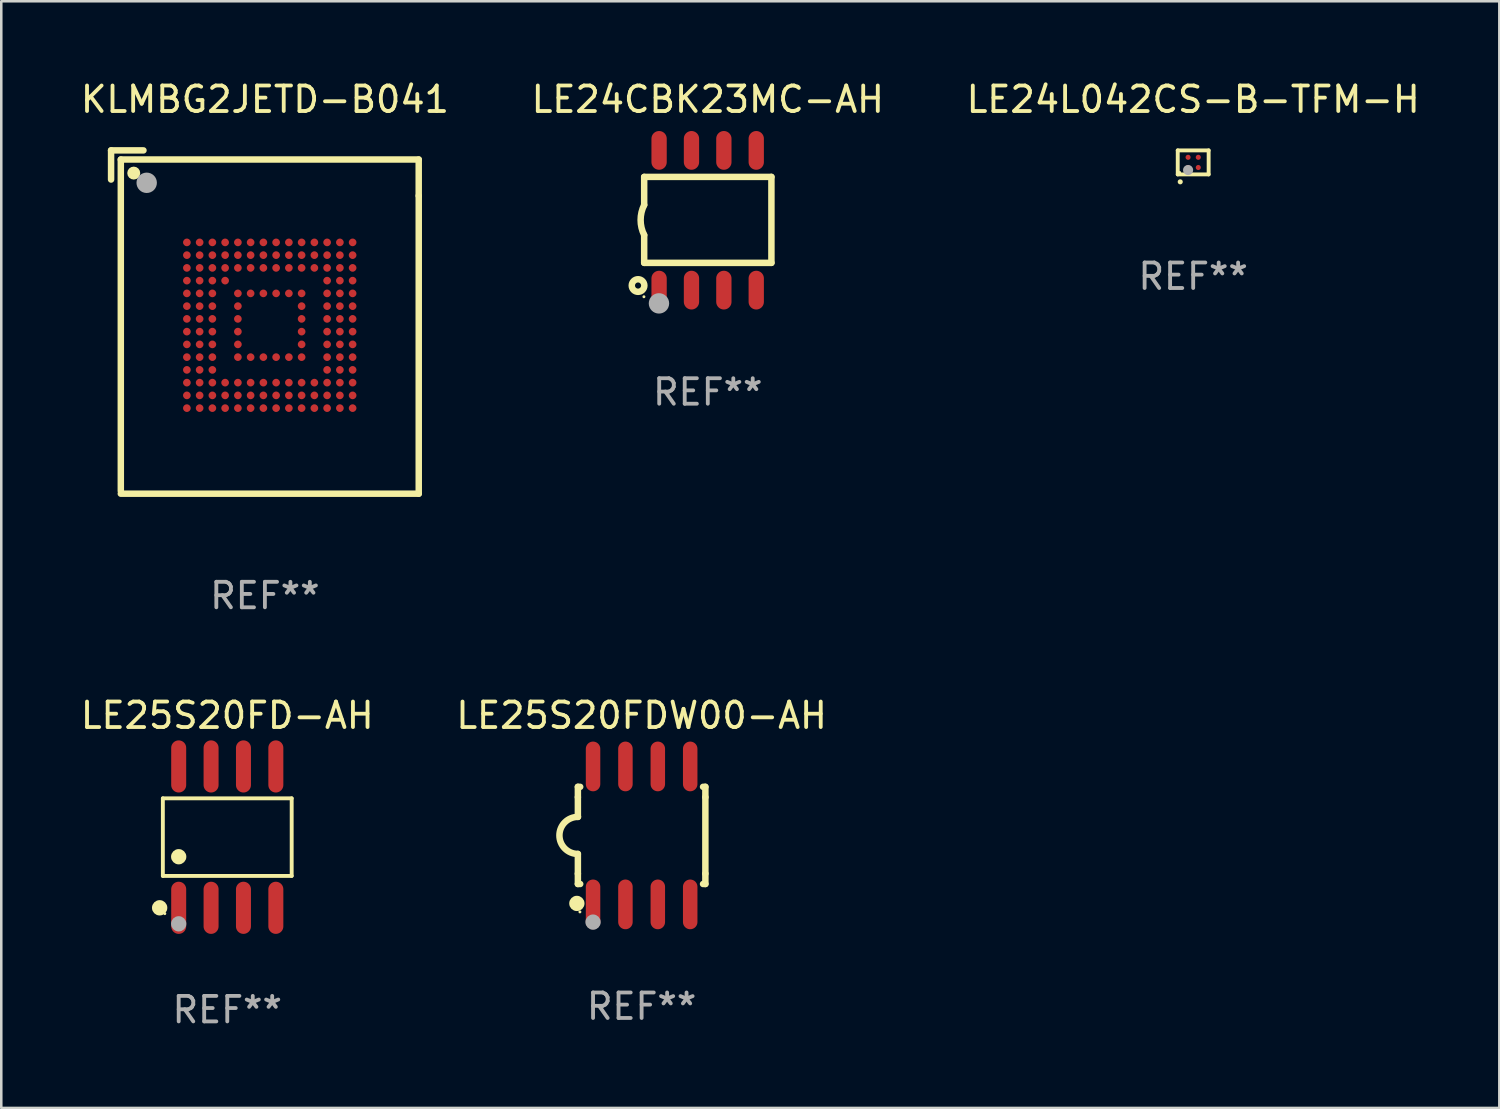
<source format=kicad_pcb>
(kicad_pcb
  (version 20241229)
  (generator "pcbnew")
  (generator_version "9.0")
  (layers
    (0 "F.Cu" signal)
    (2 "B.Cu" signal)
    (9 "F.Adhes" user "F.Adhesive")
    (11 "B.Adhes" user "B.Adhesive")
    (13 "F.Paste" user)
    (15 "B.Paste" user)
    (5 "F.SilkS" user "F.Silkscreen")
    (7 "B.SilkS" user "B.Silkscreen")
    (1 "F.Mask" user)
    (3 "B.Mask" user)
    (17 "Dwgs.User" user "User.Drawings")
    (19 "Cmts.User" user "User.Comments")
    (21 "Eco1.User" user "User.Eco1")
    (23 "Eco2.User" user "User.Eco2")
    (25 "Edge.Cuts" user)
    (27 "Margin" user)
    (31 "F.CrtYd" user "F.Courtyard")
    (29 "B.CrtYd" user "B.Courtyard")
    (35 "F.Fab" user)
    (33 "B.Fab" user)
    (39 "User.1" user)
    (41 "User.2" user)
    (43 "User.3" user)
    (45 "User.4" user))
  (footprint "LE24CBK23MC-AH"
    (layer "F.Cu")
    (at 24.708 5.588)
    (property "Reference" "LE24CBK23MC-AH" (at 0 -4.74 0) (layer "F.SilkS") (effects (font (size 1 1) (thickness 0.15))))
    (attr through_hole)
    (fp_line (start -2.495 -1.7) (end 2.495 -1.7) (stroke (width 0.254) (type solid)) (layer "F.SilkS"))
    (fp_line (start -2.495 -0.6) (end -2.495 -1.7) (stroke (width 0.254) (type solid)) (layer "F.SilkS"))
    (fp_line (start -2.495 1.671) (end -2.495 0.58) (stroke (width 0.254) (type solid)) (layer "F.SilkS"))
    (fp_line (start 2.495 -1.7) (end 2.495 1.671) (stroke (width 0.254) (type solid)) (layer "F.SilkS"))
    (fp_line (start 2.495 1.671) (end -2.495 1.671) (stroke (width 0.254) (type solid)) (layer "F.SilkS"))
    (fp_arc (start -2.495009 0.58001) (mid -2.634112 -0.009995) (end -2.495009 -0.6) (stroke (width 0.254001) (type solid)) (layer "F.SilkS"))
    (fp_circle (center -2.735 2.56) (end -2.615 2.56) (stroke (width 0.254) (type solid)) (fill no) (layer "F.SilkS"))
    (fp_circle (center -2.505 3) (end -2.475 3) (stroke (width 0.06) (type solid)) (fill no) (layer "F.SilkS"))
    (fp_circle (center -1.915 3.26) (end -1.715 3.26) (stroke (width 0.4) (type solid)) (fill no) (layer "F.Fab"))
    (fp_text user "REF**" (at 0 6.74 0) (layer "F.Fab") (effects (font (size 1 1) (thickness 0.15))))
    (pad "1" smd oval (at -1.91 2.74) (size 0.6 1.52) (layers "F.Cu" "F.Mask" "F.Paste"))
    (pad "2" smd oval (at -0.64 2.74) (size 0.6 1.52) (layers "F.Cu" "F.Mask" "F.Paste"))
    (pad "3" smd oval (at 0.63 2.74) (size 0.6 1.52) (layers "F.Cu" "F.Mask" "F.Paste"))
    (pad "4" smd oval (at 1.9 2.74) (size 0.6 1.52) (layers "F.Cu" "F.Mask" "F.Paste"))
    (pad "5" smd oval (at 1.9 -2.74) (size 0.6 1.52) (layers "F.Cu" "F.Mask" "F.Paste"))
    (pad "6" smd oval (at 0.63 -2.74) (size 0.6 1.52) (layers "F.Cu" "F.Mask" "F.Paste"))
    (pad "7" smd oval (at -0.64 -2.74) (size 0.6 1.52) (layers "F.Cu" "F.Mask" "F.Paste"))
    (pad "8" smd oval (at -1.91 -2.74) (size 0.6 1.52) (layers "F.Cu" "F.Mask" "F.Paste")))
  (footprint "KLMBG2JETD-B041"
    (layer "F.Cu")
    (at 7.339 9.58)
    (property "Reference" "KLMBG2JETD-B041" (at 0 -8.732 0) (layer "F.SilkS") (effects (font (size 1 1) (thickness 0.15))))
    (attr through_hole)
    (fp_line (start -6.033 -6.732) (end -6.033 -5.589) (stroke (width 0.254) (type solid)) (layer "F.SilkS"))
    (fp_line (start -5.651 -6.374) (end 6.032 -6.374) (stroke (width 0.254) (type solid)) (layer "F.SilkS"))
    (fp_line (start -5.651 6.626) (end -5.651 -6.374) (stroke (width 0.254) (type solid)) (layer "F.SilkS"))
    (fp_line (start -5.651 6.732) (end 6.033 6.732) (stroke (width 0.254) (type solid)) (layer "F.SilkS"))
    (fp_line (start -4.763 -6.732) (end -6.033 -6.732) (stroke (width 0.254) (type solid)) (layer "F.SilkS"))
    (fp_line (start 6.032 -6.374) (end 6.032 -4.952) (stroke (width 0.254) (type solid)) (layer "F.SilkS"))
    (fp_line (start 6.033 6.732) (end 6.033 -4.952) (stroke (width 0.254) (type solid)) (layer "F.SilkS"))
    (fp_circle (center -5.56 -6.374) (end -5.53 -6.374) (stroke (width 0.06) (type solid)) (fill no) (layer "F.SilkS"))
    (fp_circle (center -5.144 -5.842) (end -5.017 -5.842) (stroke (width 0.254) (type solid)) (fill no) (layer "F.SilkS"))
    (fp_circle (center -4.636 -5.461) (end -4.436 -5.461) (stroke (width 0.4) (type solid)) (fill no) (layer "F.Fab"))
    (fp_text user "REF**" (at 0 10.732 0) (layer "F.Fab") (effects (font (size 1 1) (thickness 0.15))))
    (pad "A1" smd circle (at -3.06 -3.124) (size 0.3 0.3) (layers "F.Cu" "F.Mask" "F.Paste"))
    (pad "A2" smd circle (at -2.56 -3.124) (size 0.3 0.3) (layers "F.Cu" "F.Mask" "F.Paste"))
    (pad "A3" smd circle (at -2.06 -3.124) (size 0.3 0.3) (layers "F.Cu" "F.Mask" "F.Paste"))
    (pad "A4" smd circle (at -1.56 -3.124) (size 0.3 0.3) (layers "F.Cu" "F.Mask" "F.Paste"))
    (pad "A5" smd circle (at -1.06 -3.124) (size 0.3 0.3) (layers "F.Cu" "F.Mask" "F.Paste"))
    (pad "A6" smd circle (at -0.56 -3.124) (size 0.3 0.3) (layers "F.Cu" "F.Mask" "F.Paste"))
    (pad "A7" smd circle (at -0.06 -3.124) (size 0.3 0.3) (layers "F.Cu" "F.Mask" "F.Paste"))
    (pad "A8" smd circle (at 0.44 -3.124) (size 0.3 0.3) (layers "F.Cu" "F.Mask" "F.Paste"))
    (pad "A9" smd circle (at 0.94 -3.124) (size 0.3 0.3) (layers "F.Cu" "F.Mask" "F.Paste"))
    (pad "A10" smd circle (at 1.44 -3.124) (size 0.3 0.3) (layers "F.Cu" "F.Mask" "F.Paste"))
    (pad "A11" smd circle (at 1.94 -3.124) (size 0.3 0.3) (layers "F.Cu" "F.Mask" "F.Paste"))
    (pad "A12" smd circle (at 2.44 -3.124) (size 0.3 0.3) (layers "F.Cu" "F.Mask" "F.Paste"))
    (pad "A13" smd circle (at 2.94 -3.124) (size 0.3 0.3) (layers "F.Cu" "F.Mask" "F.Paste"))
    (pad "A14" smd circle (at 3.44 -3.124) (size 0.3 0.3) (layers "F.Cu" "F.Mask" "F.Paste"))
    (pad "B1" smd circle (at -3.06 -2.624) (size 0.3 0.3) (layers "F.Cu" "F.Mask" "F.Paste"))
    (pad "B2" smd circle (at -2.56 -2.624) (size 0.3 0.3) (layers "F.Cu" "F.Mask" "F.Paste"))
    (pad "B3" smd circle (at -2.06 -2.624) (size 0.3 0.3) (layers "F.Cu" "F.Mask" "F.Paste"))
    (pad "B4" smd circle (at -1.56 -2.624) (size 0.3 0.3) (layers "F.Cu" "F.Mask" "F.Paste"))
    (pad "B5" smd circle (at -1.06 -2.624) (size 0.3 0.3) (layers "F.Cu" "F.Mask" "F.Paste"))
    (pad "B6" smd circle (at -0.56 -2.624) (size 0.3 0.3) (layers "F.Cu" "F.Mask" "F.Paste"))
    (pad "B7" smd circle (at -0.06 -2.624) (size 0.3 0.3) (layers "F.Cu" "F.Mask" "F.Paste"))
    (pad "B8" smd circle (at 0.44 -2.624) (size 0.3 0.3) (layers "F.Cu" "F.Mask" "F.Paste"))
    (pad "B9" smd circle (at 0.94 -2.624) (size 0.3 0.3) (layers "F.Cu" "F.Mask" "F.Paste"))
    (pad "B10" smd circle (at 1.44 -2.624) (size 0.3 0.3) (layers "F.Cu" "F.Mask" "F.Paste"))
    (pad "B11" smd circle (at 1.94 -2.624) (size 0.3 0.3) (layers "F.Cu" "F.Mask" "F.Paste"))
    (pad "B12" smd circle (at 2.44 -2.624) (size 0.3 0.3) (layers "F.Cu" "F.Mask" "F.Paste"))
    (pad "B13" smd circle (at 2.94 -2.624) (size 0.3 0.3) (layers "F.Cu" "F.Mask" "F.Paste"))
    (pad "B14" smd circle (at 3.44 -2.624) (size 0.3 0.3) (layers "F.Cu" "F.Mask" "F.Paste"))
    (pad "C1" smd circle (at -3.06 -2.124) (size 0.3 0.3) (layers "F.Cu" "F.Mask" "F.Paste"))
    (pad "C2" smd circle (at -2.56 -2.124) (size 0.3 0.3) (layers "F.Cu" "F.Mask" "F.Paste"))
    (pad "C3" smd circle (at -2.06 -2.124) (size 0.3 0.3) (layers "F.Cu" "F.Mask" "F.Paste"))
    (pad "C4" smd circle (at -1.56 -2.124) (size 0.3 0.3) (layers "F.Cu" "F.Mask" "F.Paste"))
    (pad "C5" smd circle (at -1.06 -2.124) (size 0.3 0.3) (layers "F.Cu" "F.Mask" "F.Paste"))
    (pad "C6" smd circle (at -0.56 -2.124) (size 0.3 0.3) (layers "F.Cu" "F.Mask" "F.Paste"))
    (pad "C7" smd circle (at -0.06 -2.124) (size 0.3 0.3) (layers "F.Cu" "F.Mask" "F.Paste"))
    (pad "C8" smd circle (at 0.44 -2.124) (size 0.3 0.3) (layers "F.Cu" "F.Mask" "F.Paste"))
    (pad "C9" smd circle (at 0.94 -2.124) (size 0.3 0.3) (layers "F.Cu" "F.Mask" "F.Paste"))
    (pad "C10" smd circle (at 1.44 -2.124) (size 0.3 0.3) (layers "F.Cu" "F.Mask" "F.Paste"))
    (pad "C11" smd circle (at 1.94 -2.124) (size 0.3 0.3) (layers "F.Cu" "F.Mask" "F.Paste"))
    (pad "C12" smd circle (at 2.44 -2.124) (size 0.3 0.3) (layers "F.Cu" "F.Mask" "F.Paste"))
    (pad "C13" smd circle (at 2.94 -2.124) (size 0.3 0.3) (layers "F.Cu" "F.Mask" "F.Paste"))
    (pad "C14" smd circle (at 3.44 -2.124) (size 0.3 0.3) (layers "F.Cu" "F.Mask" "F.Paste"))
    (pad "D1" smd circle (at -3.06 -1.624) (size 0.3 0.3) (layers "F.Cu" "F.Mask" "F.Paste"))
    (pad "D2" smd circle (at -2.56 -1.624) (size 0.3 0.3) (layers "F.Cu" "F.Mask" "F.Paste"))
    (pad "D3" smd circle (at -2.06 -1.624) (size 0.3 0.3) (layers "F.Cu" "F.Mask" "F.Paste"))
    (pad "D4" smd circle (at -1.56 -1.624) (size 0.3 0.3) (layers "F.Cu" "F.Mask" "F.Paste"))
    (pad "D12" smd circle (at 2.44 -1.624) (size 0.3 0.3) (layers "F.Cu" "F.Mask" "F.Paste"))
    (pad "D13" smd circle (at 2.94 -1.624) (size 0.3 0.3) (layers "F.Cu" "F.Mask" "F.Paste"))
    (pad "D14" smd circle (at 3.44 -1.624) (size 0.3 0.3) (layers "F.Cu" "F.Mask" "F.Paste"))
    (pad "E1" smd circle (at -3.06 -1.124) (size 0.3 0.3) (layers "F.Cu" "F.Mask" "F.Paste"))
    (pad "E2" smd circle (at -2.56 -1.124) (size 0.3 0.3) (layers "F.Cu" "F.Mask" "F.Paste"))
    (pad "E3" smd circle (at -2.06 -1.124) (size 0.3 0.3) (layers "F.Cu" "F.Mask" "F.Paste"))
    (pad "E5" smd circle (at -1.06 -1.124) (size 0.3 0.3) (layers "F.Cu" "F.Mask" "F.Paste"))
    (pad "E6" smd circle (at -0.56 -1.124) (size 0.3 0.3) (layers "F.Cu" "F.Mask" "F.Paste"))
    (pad "E7" smd circle (at -0.06 -1.124) (size 0.3 0.3) (layers "F.Cu" "F.Mask" "F.Paste"))
    (pad "E8" smd circle (at 0.44 -1.124) (size 0.3 0.3) (layers "F.Cu" "F.Mask" "F.Paste"))
    (pad "E9" smd circle (at 0.94 -1.124) (size 0.3 0.3) (layers "F.Cu" "F.Mask" "F.Paste"))
    (pad "E10" smd circle (at 1.44 -1.124) (size 0.3 0.3) (layers "F.Cu" "F.Mask" "F.Paste"))
    (pad "E12" smd circle (at 2.44 -1.124) (size 0.3 0.3) (layers "F.Cu" "F.Mask" "F.Paste"))
    (pad "E13" smd circle (at 2.94 -1.124) (size 0.3 0.3) (layers "F.Cu" "F.Mask" "F.Paste"))
    (pad "E14" smd circle (at 3.44 -1.124) (size 0.3 0.3) (layers "F.Cu" "F.Mask" "F.Paste"))
    (pad "F1" smd circle (at -3.06 -0.624) (size 0.3 0.3) (layers "F.Cu" "F.Mask" "F.Paste"))
    (pad "F2" smd circle (at -2.56 -0.624) (size 0.3 0.3) (layers "F.Cu" "F.Mask" "F.Paste"))
    (pad "F3" smd circle (at -2.06 -0.624) (size 0.3 0.3) (layers "F.Cu" "F.Mask" "F.Paste"))
    (pad "F5" smd circle (at -1.06 -0.624) (size 0.3 0.3) (layers "F.Cu" "F.Mask" "F.Paste"))
    (pad "F10" smd circle (at 1.44 -0.624) (size 0.3 0.3) (layers "F.Cu" "F.Mask" "F.Paste"))
    (pad "F12" smd circle (at 2.44 -0.624) (size 0.3 0.3) (layers "F.Cu" "F.Mask" "F.Paste"))
    (pad "F13" smd circle (at 2.94 -0.624) (size 0.3 0.3) (layers "F.Cu" "F.Mask" "F.Paste"))
    (pad "F14" smd circle (at 3.44 -0.624) (size 0.3 0.3) (layers "F.Cu" "F.Mask" "F.Paste"))
    (pad "G1" smd circle (at -3.06 -0.124) (size 0.3 0.3) (layers "F.Cu" "F.Mask" "F.Paste"))
    (pad "G2" smd circle (at -2.56 -0.124) (size 0.3 0.3) (layers "F.Cu" "F.Mask" "F.Paste"))
    (pad "G3" smd circle (at -2.06 -0.124) (size 0.3 0.3) (layers "F.Cu" "F.Mask" "F.Paste"))
    (pad "G5" smd circle (at -1.06 -0.124) (size 0.3 0.3) (layers "F.Cu" "F.Mask" "F.Paste"))
    (pad "G10" smd circle (at 1.44 -0.124) (size 0.3 0.3) (layers "F.Cu" "F.Mask" "F.Paste"))
    (pad "G12" smd circle (at 2.44 -0.124) (size 0.3 0.3) (layers "F.Cu" "F.Mask" "F.Paste"))
    (pad "G13" smd circle (at 2.94 -0.124) (size 0.3 0.3) (layers "F.Cu" "F.Mask" "F.Paste"))
    (pad "G14" smd circle (at 3.44 -0.124) (size 0.3 0.3) (layers "F.Cu" "F.Mask" "F.Paste"))
    (pad "H1" smd circle (at -3.06 0.376) (size 0.3 0.3) (layers "F.Cu" "F.Mask" "F.Paste"))
    (pad "H2" smd circle (at -2.56 0.376) (size 0.3 0.3) (layers "F.Cu" "F.Mask" "F.Paste"))
    (pad "H3" smd circle (at -2.06 0.376) (size 0.3 0.3) (layers "F.Cu" "F.Mask" "F.Paste"))
    (pad "H5" smd circle (at -1.06 0.376) (size 0.3 0.3) (layers "F.Cu" "F.Mask" "F.Paste"))
    (pad "H10" smd circle (at 1.44 0.376) (size 0.3 0.3) (layers "F.Cu" "F.Mask" "F.Paste"))
    (pad "H12" smd circle (at 2.44 0.376) (size 0.3 0.3) (layers "F.Cu" "F.Mask" "F.Paste"))
    (pad "H13" smd circle (at 2.94 0.376) (size 0.3 0.3) (layers "F.Cu" "F.Mask" "F.Paste"))
    (pad "H14" smd circle (at 3.44 0.376) (size 0.3 0.3) (layers "F.Cu" "F.Mask" "F.Paste"))
    (pad "J1" smd circle (at -3.06 0.876) (size 0.3 0.3) (layers "F.Cu" "F.Mask" "F.Paste"))
    (pad "J2" smd circle (at -2.56 0.876) (size 0.3 0.3) (layers "F.Cu" "F.Mask" "F.Paste"))
    (pad "J3" smd circle (at -2.06 0.876) (size 0.3 0.3) (layers "F.Cu" "F.Mask" "F.Paste"))
    (pad "J5" smd circle (at -1.06 0.876) (size 0.3 0.3) (layers "F.Cu" "F.Mask" "F.Paste"))
    (pad "J10" smd circle (at 1.44 0.876) (size 0.3 0.3) (layers "F.Cu" "F.Mask" "F.Paste"))
    (pad "J12" smd circle (at 2.44 0.876) (size 0.3 0.3) (layers "F.Cu" "F.Mask" "F.Paste"))
    (pad "J13" smd circle (at 2.94 0.876) (size 0.3 0.3) (layers "F.Cu" "F.Mask" "F.Paste"))
    (pad "J14" smd circle (at 3.44 0.876) (size 0.3 0.3) (layers "F.Cu" "F.Mask" "F.Paste"))
    (pad "K1" smd circle (at -3.06 1.376) (size 0.3 0.3) (layers "F.Cu" "F.Mask" "F.Paste"))
    (pad "K2" smd circle (at -2.56 1.376) (size 0.3 0.3) (layers "F.Cu" "F.Mask" "F.Paste"))
    (pad "K3" smd circle (at -2.06 1.376) (size 0.3 0.3) (layers "F.Cu" "F.Mask" "F.Paste"))
    (pad "K5" smd circle (at -1.06 1.376) (size 0.3 0.3) (layers "F.Cu" "F.Mask" "F.Paste"))
    (pad "K6" smd circle (at -0.56 1.376) (size 0.3 0.3) (layers "F.Cu" "F.Mask" "F.Paste"))
    (pad "K7" smd circle (at -0.06 1.376) (size 0.3 0.3) (layers "F.Cu" "F.Mask" "F.Paste"))
    (pad "K8" smd circle (at 0.44 1.376) (size 0.3 0.3) (layers "F.Cu" "F.Mask" "F.Paste"))
    (pad "K9" smd circle (at 0.94 1.376) (size 0.3 0.3) (layers "F.Cu" "F.Mask" "F.Paste"))
    (pad "K10" smd circle (at 1.44 1.376) (size 0.3 0.3) (layers "F.Cu" "F.Mask" "F.Paste"))
    (pad "K12" smd circle (at 2.44 1.376) (size 0.3 0.3) (layers "F.Cu" "F.Mask" "F.Paste"))
    (pad "K13" smd circle (at 2.94 1.376) (size 0.3 0.3) (layers "F.Cu" "F.Mask" "F.Paste"))
    (pad "K14" smd circle (at 3.44 1.376) (size 0.3 0.3) (layers "F.Cu" "F.Mask" "F.Paste"))
    (pad "L1" smd circle (at -3.06 1.876) (size 0.3 0.3) (layers "F.Cu" "F.Mask" "F.Paste"))
    (pad "L2" smd circle (at -2.56 1.876) (size 0.3 0.3) (layers "F.Cu" "F.Mask" "F.Paste"))
    (pad "L3" smd circle (at -2.06 1.876) (size 0.3 0.3) (layers "F.Cu" "F.Mask" "F.Paste"))
    (pad "L12" smd circle (at 2.44 1.876) (size 0.3 0.3) (layers "F.Cu" "F.Mask" "F.Paste"))
    (pad "L13" smd circle (at 2.94 1.876) (size 0.3 0.3) (layers "F.Cu" "F.Mask" "F.Paste"))
    (pad "L14" smd circle (at 3.44 1.876) (size 0.3 0.3) (layers "F.Cu" "F.Mask" "F.Paste"))
    (pad "M1" smd circle (at -3.06 2.376) (size 0.3 0.3) (layers "F.Cu" "F.Mask" "F.Paste"))
    (pad "M2" smd circle (at -2.56 2.376) (size 0.3 0.3) (layers "F.Cu" "F.Mask" "F.Paste"))
    (pad "M3" smd circle (at -2.06 2.376) (size 0.3 0.3) (layers "F.Cu" "F.Mask" "F.Paste"))
    (pad "M4" smd circle (at -1.56 2.376) (size 0.3 0.3) (layers "F.Cu" "F.Mask" "F.Paste"))
    (pad "M5" smd circle (at -1.06 2.376) (size 0.3 0.3) (layers "F.Cu" "F.Mask" "F.Paste"))
    (pad "M6" smd circle (at -0.56 2.376) (size 0.3 0.3) (layers "F.Cu" "F.Mask" "F.Paste"))
    (pad "M7" smd circle (at -0.06 2.376) (size 0.3 0.3) (layers "F.Cu" "F.Mask" "F.Paste"))
    (pad "M8" smd circle (at 0.44 2.376) (size 0.3 0.3) (layers "F.Cu" "F.Mask" "F.Paste"))
    (pad "M9" smd circle (at 0.94 2.376) (size 0.3 0.3) (layers "F.Cu" "F.Mask" "F.Paste"))
    (pad "M10" smd circle (at 1.44 2.376) (size 0.3 0.3) (layers "F.Cu" "F.Mask" "F.Paste"))
    (pad "M11" smd circle (at 1.94 2.376) (size 0.3 0.3) (layers "F.Cu" "F.Mask" "F.Paste"))
    (pad "M12" smd circle (at 2.44 2.376) (size 0.3 0.3) (layers "F.Cu" "F.Mask" "F.Paste"))
    (pad "M13" smd circle (at 2.94 2.376) (size 0.3 0.3) (layers "F.Cu" "F.Mask" "F.Paste"))
    (pad "M14" smd circle (at 3.44 2.376) (size 0.3 0.3) (layers "F.Cu" "F.Mask" "F.Paste"))
    (pad "N1" smd circle (at -3.06 2.876) (size 0.3 0.3) (layers "F.Cu" "F.Mask" "F.Paste"))
    (pad "N2" smd circle (at -2.56 2.876) (size 0.3 0.3) (layers "F.Cu" "F.Mask" "F.Paste"))
    (pad "N3" smd circle (at -2.06 2.876) (size 0.3 0.3) (layers "F.Cu" "F.Mask" "F.Paste"))
    (pad "N4" smd circle (at -1.56 2.876) (size 0.3 0.3) (layers "F.Cu" "F.Mask" "F.Paste"))
    (pad "N5" smd circle (at -1.06 2.876) (size 0.3 0.3) (layers "F.Cu" "F.Mask" "F.Paste"))
    (pad "N6" smd circle (at -0.56 2.876) (size 0.3 0.3) (layers "F.Cu" "F.Mask" "F.Paste"))
    (pad "N7" smd circle (at -0.06 2.876) (size 0.3 0.3) (layers "F.Cu" "F.Mask" "F.Paste"))
    (pad "N8" smd circle (at 0.44 2.876) (size 0.3 0.3) (layers "F.Cu" "F.Mask" "F.Paste"))
    (pad "N9" smd circle (at 0.94 2.876) (size 0.3 0.3) (layers "F.Cu" "F.Mask" "F.Paste"))
    (pad "N10" smd circle (at 1.44 2.876) (size 0.3 0.3) (layers "F.Cu" "F.Mask" "F.Paste"))
    (pad "N11" smd circle (at 1.94 2.876) (size 0.3 0.3) (layers "F.Cu" "F.Mask" "F.Paste"))
    (pad "N12" smd circle (at 2.44 2.876) (size 0.3 0.3) (layers "F.Cu" "F.Mask" "F.Paste"))
    (pad "N13" smd circle (at 2.94 2.876) (size 0.3 0.3) (layers "F.Cu" "F.Mask" "F.Paste"))
    (pad "N14" smd circle (at 3.44 2.876) (size 0.3 0.3) (layers "F.Cu" "F.Mask" "F.Paste"))
    (pad "P1" smd circle (at -3.06 3.376) (size 0.3 0.3) (layers "F.Cu" "F.Mask" "F.Paste"))
    (pad "P2" smd circle (at -2.56 3.376) (size 0.3 0.3) (layers "F.Cu" "F.Mask" "F.Paste"))
    (pad "P3" smd circle (at -2.06 3.376) (size 0.3 0.3) (layers "F.Cu" "F.Mask" "F.Paste"))
    (pad "P4" smd circle (at -1.56 3.376) (size 0.3 0.3) (layers "F.Cu" "F.Mask" "F.Paste"))
    (pad "P5" smd circle (at -1.06 3.376) (size 0.3 0.3) (layers "F.Cu" "F.Mask" "F.Paste"))
    (pad "P6" smd circle (at -0.56 3.376) (size 0.3 0.3) (layers "F.Cu" "F.Mask" "F.Paste"))
    (pad "P7" smd circle (at -0.06 3.376) (size 0.3 0.3) (layers "F.Cu" "F.Mask" "F.Paste"))
    (pad "P8" smd circle (at 0.44 3.376) (size 0.3 0.3) (layers "F.Cu" "F.Mask" "F.Paste"))
    (pad "P9" smd circle (at 0.94 3.376) (size 0.3 0.3) (layers "F.Cu" "F.Mask" "F.Paste"))
    (pad "P10" smd circle (at 1.44 3.376) (size 0.3 0.3) (layers "F.Cu" "F.Mask" "F.Paste"))
    (pad "P11" smd circle (at 1.94 3.376) (size 0.3 0.3) (layers "F.Cu" "F.Mask" "F.Paste"))
    (pad "P12" smd circle (at 2.44 3.376) (size 0.3 0.3) (layers "F.Cu" "F.Mask" "F.Paste"))
    (pad "P13" smd circle (at 2.94 3.376) (size 0.3 0.3) (layers "F.Cu" "F.Mask" "F.Paste"))
    (pad "P14" smd circle (at 3.44 3.376) (size 0.3 0.3) (layers "F.Cu" "F.Mask" "F.Paste")))
  (footprint "LE24L042CS-B-TFM-H"
    (layer "F.Cu")
    (at 43.744 3.319)
    (property "Reference" "LE24L042CS-B-TFM-H" (at 0 -2.471 0) (layer "F.SilkS") (effects (font (size 1 1) (thickness 0.15))))
    (attr through_hole)
    (fp_line (start -0.606 -0.471) (end 0.606 -0.471) (stroke (width 0.152) (type solid)) (layer "F.SilkS"))
    (fp_line (start -0.606 0.471) (end -0.606 -0.471) (stroke (width 0.152) (type solid)) (layer "F.SilkS"))
    (fp_line (start 0.606 -0.471) (end 0.606 0.471) (stroke (width 0.152) (type solid)) (layer "F.SilkS"))
    (fp_line (start 0.606 0.471) (end -0.606 0.471) (stroke (width 0.152) (type solid)) (layer "F.SilkS"))
    (fp_circle (center -0.53 0.395) (end -0.5 0.395) (stroke (width 0.06) (type solid)) (fill no) (layer "F.SilkS"))
    (fp_circle (center -0.508 0.762) (end -0.458 0.762) (stroke (width 0.1) (type solid)) (fill no) (layer "F.SilkS"))
    (fp_circle (center -0.2 0.3) (end -0.1 0.3) (stroke (width 0.2) (type solid)) (fill no) (layer "F.Fab"))
    (fp_text user "REF**" (at 0 4.471 0) (layer "F.Fab") (effects (font (size 1 1) (thickness 0.15))))
    (pad "A1" smd circle (at -0.2 0.2) (size 0.2 0.2) (layers "F.Cu" "F.Mask" "F.Paste"))
    (pad "A2" smd circle (at 0.2 0.2) (size 0.2 0.2) (layers "F.Cu" "F.Mask" "F.Paste"))
    (pad "B1" smd circle (at -0.2 -0.2) (size 0.2 0.2) (layers "F.Cu" "F.Mask" "F.Paste"))
    (pad "B2" smd circle (at 0.2 -0.2) (size 0.2 0.2) (layers "F.Cu" "F.Mask" "F.Paste")))
  (footprint "LE25S20FDW00-AH"
    (layer "F.Cu")
    (at 22.113 29.713)
    (property "Reference" "LE25S20FDW00-AH" (at 0 -4.705 0) (layer "F.SilkS") (effects (font (size 1 1) (thickness 0.15))))
    (attr through_hole)
    (fp_line (start -2.5 -1.905) (end -2.409 -1.905) (stroke (width 0.254) (type solid)) (layer "F.SilkS"))
    (fp_line (start -2.5 -1.5) (end -2.5 -1.905) (stroke (width 0.254) (type solid)) (layer "F.SilkS"))
    (fp_line (start -2.5 -1.5) (end -2.5 -0.726) (stroke (width 0.254) (type solid)) (layer "F.SilkS"))
    (fp_line (start -2.5 1.5) (end -2.5 0.727) (stroke (width 0.254) (type solid)) (layer "F.SilkS"))
    (fp_line (start -2.5 1.5) (end -2.5 1.905) (stroke (width 0.254) (type solid)) (layer "F.SilkS"))
    (fp_line (start -2.5 1.905) (end -2.409 1.905) (stroke (width 0.254) (type solid)) (layer "F.SilkS"))
    (fp_line (start 2.5 -1.905) (end 2.409 -1.905) (stroke (width 0.254) (type solid)) (layer "F.SilkS"))
    (fp_line (start 2.5 -1.5) (end 2.5 -1.905) (stroke (width 0.254) (type solid)) (layer "F.SilkS"))
    (fp_line (start 2.5 -1.5) (end 2.5 1.5) (stroke (width 0.254) (type solid)) (layer "F.SilkS"))
    (fp_line (start 2.5 1.5) (end 2.5 1.905) (stroke (width 0.254) (type solid)) (layer "F.SilkS"))
    (fp_line (start 2.5 1.905) (end 2.409 1.905) (stroke (width 0.254) (type solid)) (layer "F.SilkS"))
    (fp_arc (start -2.5 0.726568) (mid -3.220316 -0.0023) (end -2.495097 -0.726289) (stroke (width 0.254001) (type solid)) (layer "F.SilkS"))
    (fp_circle (center -2.54 2.667) (end -2.39 2.667) (stroke (width 0.3) (type solid)) (fill no) (layer "F.SilkS"))
    (fp_circle (center -2.42 3) (end -2.39 3) (stroke (width 0.06) (type solid)) (fill no) (layer "F.SilkS"))
    (fp_circle (center -1.905 3.4) (end -1.755 3.4) (stroke (width 0.3) (type solid)) (fill no) (layer "F.Fab"))
    (fp_text user "REF**" (at 0 6.705 0) (layer "F.Fab") (effects (font (size 1 1) (thickness 0.15))))
    (pad "1" smd oval (at -1.905 2.705) (size 0.568 1.95) (layers "F.Cu" "F.Mask" "F.Paste"))
    (pad "2" smd oval (at -0.635 2.705) (size 0.568 1.95) (layers "F.Cu" "F.Mask" "F.Paste"))
    (pad "3" smd oval (at 0.635 2.705) (size 0.568 1.95) (layers "F.Cu" "F.Mask" "F.Paste"))
    (pad "4" smd oval (at 1.905 2.705) (size 0.568 1.95) (layers "F.Cu" "F.Mask" "F.Paste"))
    (pad "5" smd oval (at 1.905 -2.705) (size 0.568 1.95) (layers "F.Cu" "F.Mask" "F.Paste"))
    (pad "6" smd oval (at 0.635 -2.705) (size 0.568 1.95) (layers "F.Cu" "F.Mask" "F.Paste"))
    (pad "7" smd oval (at -0.635 -2.705) (size 0.568 1.95) (layers "F.Cu" "F.Mask" "F.Paste"))
    (pad "8" smd oval (at -1.905 -2.705) (size 0.568 1.95) (layers "F.Cu" "F.Mask" "F.Paste")))
  (footprint "LE25S20FD-AH"
    (layer "F.Cu")
    (at 5.863 29.78)
    (property "Reference" "LE25S20FD-AH" (at 0 -4.772 0) (layer "F.SilkS") (effects (font (size 1 1) (thickness 0.15))))
    (attr through_hole)
    (fp_line (start -2.526 -1.521) (end 2.526 -1.521) (stroke (width 0.152) (type solid)) (layer "F.SilkS"))
    (fp_line (start -2.526 1.521) (end -2.526 -1.521) (stroke (width 0.152) (type solid)) (layer "F.SilkS"))
    (fp_line (start 2.526 -1.521) (end 2.526 1.521) (stroke (width 0.152) (type solid)) (layer "F.SilkS"))
    (fp_line (start 2.526 1.521) (end -2.526 1.521) (stroke (width 0.152) (type solid)) (layer "F.SilkS"))
    (fp_circle (center -2.652 2.772) (end -2.501 2.772) (stroke (width 0.3) (type solid)) (fill no) (layer "F.SilkS"))
    (fp_circle (center -2.45 3) (end -2.42 3) (stroke (width 0.06) (type solid)) (fill no) (layer "F.SilkS"))
    (fp_circle (center -1.905 0.769) (end -1.755 0.769) (stroke (width 0.3) (type solid)) (fill no) (layer "F.SilkS"))
    (fp_circle (center -1.905 3.4) (end -1.755 3.4) (stroke (width 0.3) (type solid)) (fill no) (layer "F.Fab"))
    (fp_text user "REF**" (at 0 6.772 0) (layer "F.Fab") (effects (font (size 1 1) (thickness 0.15))))
    (pad "1" smd oval (at -1.905 2.772) (size 0.588 2.045) (layers "F.Cu" "F.Mask" "F.Paste"))
    (pad "2" smd oval (at -0.635 2.772) (size 0.588 2.045) (layers "F.Cu" "F.Mask" "F.Paste"))
    (pad "3" smd oval (at 0.635 2.772) (size 0.588 2.045) (layers "F.Cu" "F.Mask" "F.Paste"))
    (pad "4" smd oval (at 1.905 2.772) (size 0.588 2.045) (layers "F.Cu" "F.Mask" "F.Paste"))
    (pad "5" smd oval (at 1.905 -2.772) (size 0.588 2.045) (layers "F.Cu" "F.Mask" "F.Paste"))
    (pad "6" smd oval (at 0.635 -2.772) (size 0.588 2.045) (layers "F.Cu" "F.Mask" "F.Paste"))
    (pad "7" smd oval (at -0.635 -2.772) (size 0.588 2.045) (layers "F.Cu" "F.Mask" "F.Paste"))
    (pad "8" smd oval (at -1.905 -2.772) (size 0.588 2.045) (layers "F.Cu" "F.Mask" "F.Paste")))
  (gr_rect
    (start -3 -3)
    (end 55.75 40.401)
    (stroke (width 0.1) (type default))
    (fill no)
    (layer "Edge.Cuts")))
</source>
